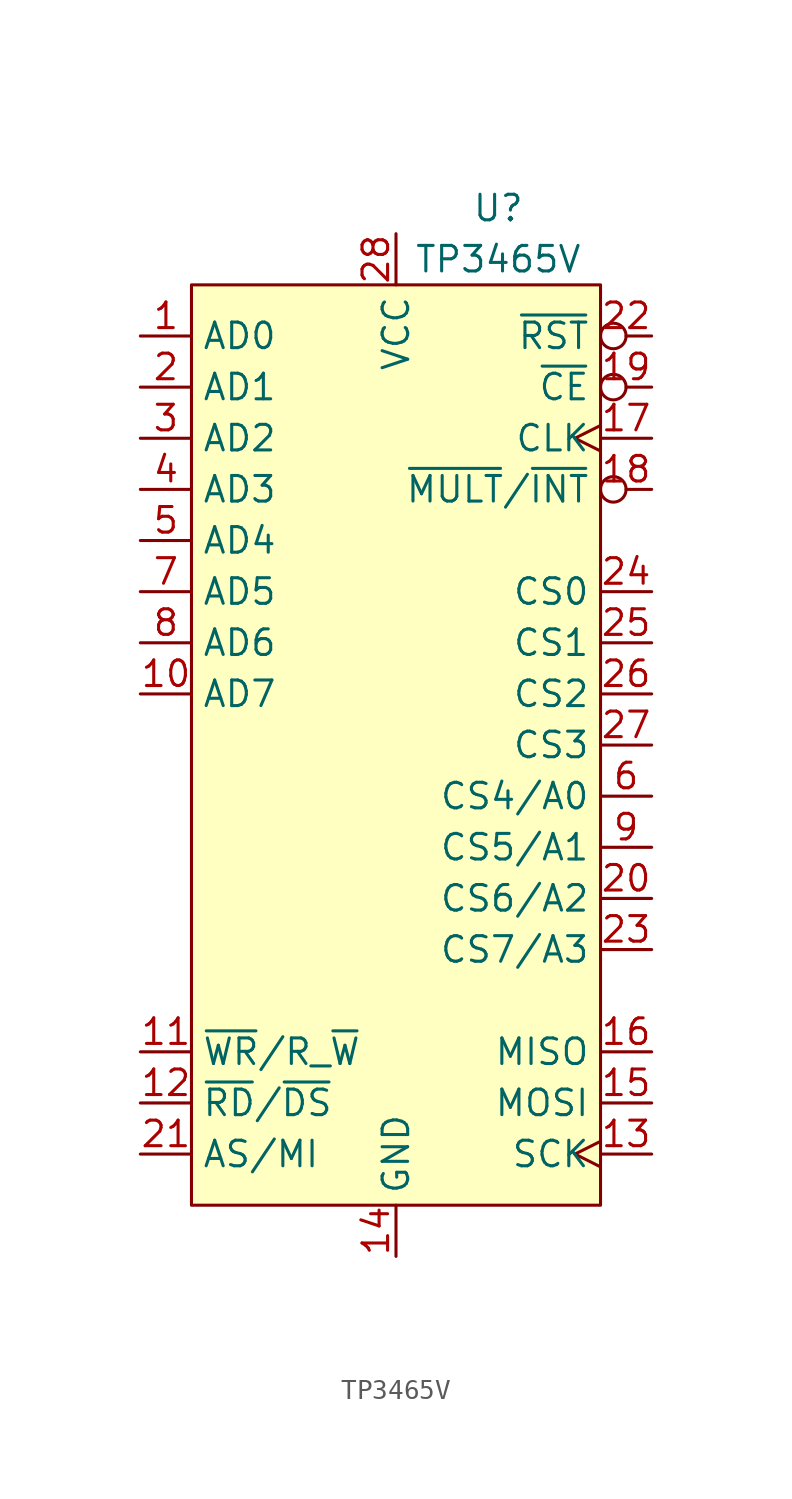
<source format=kicad_sym>
(kicad_symbol_lib
  (version 20220914)
  (generator kicad_symbol_editor)
  (symbol "TP3465V"
    (property "Reference" "U"
      (at 5.08 17.78 0)
      (effects (font (size 1.27 1.27))))
    (property "Value" "TP3465V"
      (at 5.08 15.24 0)
      (effects (font (size 1.27 1.27))))
    (symbol "TP3465V_1_1"
      (rectangle (start -10.16 13.97) (end 10.16 -31.75) (stroke (width 0) (type default)) (fill (type background)))
      (pin bidirectional line (at -12.7 11.43 0) (length 2.54) (name "AD0" (effects (font (size 1.27 1.27)))) (number "1" (effects (font (size 1.27 1.27)))))
      (pin bidirectional line (at -12.7 -6.35 0) (length 2.54) (name "AD7" (effects (font (size 1.27 1.27)))) (number "10" (effects (font (size 1.27 1.27)))))
      (pin input line (at -12.7 -24.13 0) (length 2.54) (name "~{WR}/R_~{W}" (effects (font (size 1.27 1.27)))) (number "11" (effects (font (size 1.27 1.27)))))
      (pin input line (at -12.7 -26.67 0) (length 2.54) (name "~{RD}/~{DS}" (effects (font (size 1.27 1.27)))) (number "12" (effects (font (size 1.27 1.27)))))
      (pin output clock (at 12.7 -29.21 180) (length 2.54) (name "SCK" (effects (font (size 1.27 1.27)))) (number "13" (effects (font (size 1.27 1.27)))))
      (pin power_in line (at 0 -34.29 90) (length 2.54) (name "GND" (effects (font (size 1.27 1.27)))) (number "14" (effects (font (size 1.27 1.27)))))
      (pin output line (at 12.7 -26.67 180) (length 2.54) (name "MOSI" (effects (font (size 1.27 1.27)))) (number "15" (effects (font (size 1.27 1.27)))))
      (pin input line (at 12.7 -24.13 180) (length 2.54) (name "MISO" (effects (font (size 1.27 1.27)))) (number "16" (effects (font (size 1.27 1.27)))))
      (pin input clock (at 12.7 6.35 180) (length 2.54) (name "CLK" (effects (font (size 1.27 1.27)))) (number "17" (effects (font (size 1.27 1.27)))))
      (pin input inverted (at 12.7 3.81 180) (length 2.54) (name "~{MULT}/~{INT}" (effects (font (size 1.27 1.27)))) (number "18" (effects (font (size 1.27 1.27)))))
      (pin input inverted (at 12.7 8.89 180) (length 2.54) (name "~{CE}" (effects (font (size 1.27 1.27)))) (number "19" (effects (font (size 1.27 1.27)))))
      (pin bidirectional line (at -12.7 8.89 0) (length 2.54) (name "AD1" (effects (font (size 1.27 1.27)))) (number "2" (effects (font (size 1.27 1.27)))))
      (pin bidirectional line (at 12.7 -16.51 180) (length 2.54) (name "CS6/A2" (effects (font (size 1.27 1.27)))) (number "20" (effects (font (size 1.27 1.27)))))
      (pin input line (at -12.7 -29.21 0) (length 2.54) (name "AS/MI" (effects (font (size 1.27 1.27)))) (number "21" (effects (font (size 1.27 1.27)))))
      (pin input inverted (at 12.7 11.43 180) (length 2.54) (name "~{RST}" (effects (font (size 1.27 1.27)))) (number "22" (effects (font (size 1.27 1.27)))))
      (pin bidirectional line (at 12.7 -19.05 180) (length 2.54) (name "CS7/A3" (effects (font (size 1.27 1.27)))) (number "23" (effects (font (size 1.27 1.27)))))
      (pin output line (at 12.7 -1.27 180) (length 2.54) (name "CS0" (effects (font (size 1.27 1.27)))) (number "24" (effects (font (size 1.27 1.27)))))
      (pin output line (at 12.7 -3.81 180) (length 2.54) (name "CS1" (effects (font (size 1.27 1.27)))) (number "25" (effects (font (size 1.27 1.27)))))
      (pin output line (at 12.7 -6.35 180) (length 2.54) (name "CS2" (effects (font (size 1.27 1.27)))) (number "26" (effects (font (size 1.27 1.27)))))
      (pin output line (at 12.7 -8.89 180) (length 2.54) (name "CS3" (effects (font (size 1.27 1.27)))) (number "27" (effects (font (size 1.27 1.27)))))
      (pin power_in line (at 0 16.51 270) (length 2.54) (name "VCC" (effects (font (size 1.27 1.27)))) (number "28" (effects (font (size 1.27 1.27)))))
      (pin bidirectional line (at -12.7 6.35 0) (length 2.54) (name "AD2" (effects (font (size 1.27 1.27)))) (number "3" (effects (font (size 1.27 1.27)))))
      (pin bidirectional line (at -12.7 3.81 0) (length 2.54) (name "AD3" (effects (font (size 1.27 1.27)))) (number "4" (effects (font (size 1.27 1.27)))))
      (pin bidirectional line (at -12.7 1.27 0) (length 2.54) (name "AD4" (effects (font (size 1.27 1.27)))) (number "5" (effects (font (size 1.27 1.27)))))
      (pin bidirectional line (at 12.7 -11.43 180) (length 2.54) (name "CS4/A0" (effects (font (size 1.27 1.27)))) (number "6" (effects (font (size 1.27 1.27)))))
      (pin bidirectional line (at -12.7 -1.27 0) (length 2.54) (name "AD5" (effects (font (size 1.27 1.27)))) (number "7" (effects (font (size 1.27 1.27)))))
      (pin bidirectional line (at -12.7 -3.81 0) (length 2.54) (name "AD6" (effects (font (size 1.27 1.27)))) (number "8" (effects (font (size 1.27 1.27)))))
      (pin bidirectional line (at 12.7 -13.97 180) (length 2.54) (name "CS5/A1" (effects (font (size 1.27 1.27)))) (number "9" (effects (font (size 1.27 1.27))))))))
</source>
